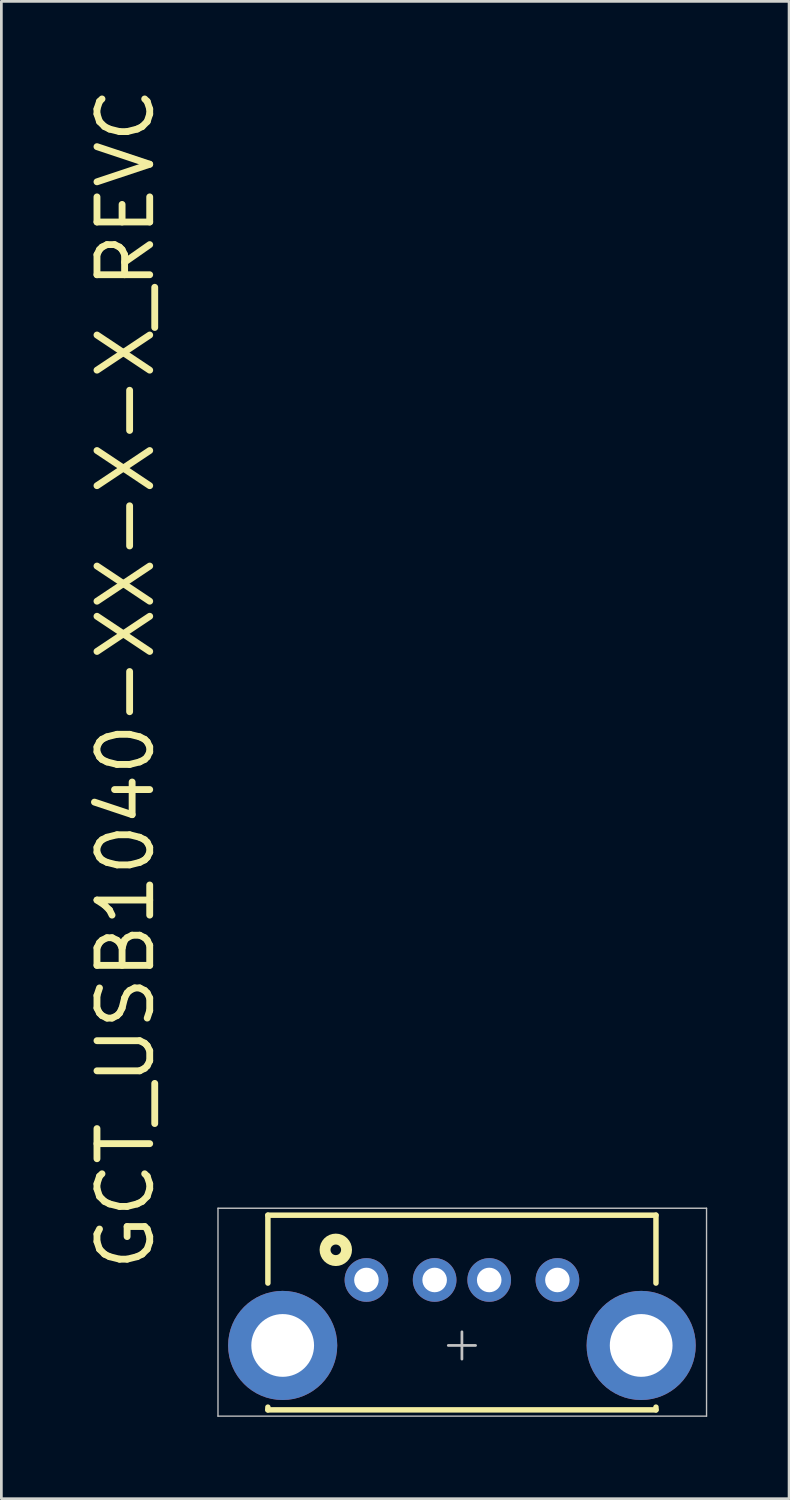
<source format=kicad_pcb>
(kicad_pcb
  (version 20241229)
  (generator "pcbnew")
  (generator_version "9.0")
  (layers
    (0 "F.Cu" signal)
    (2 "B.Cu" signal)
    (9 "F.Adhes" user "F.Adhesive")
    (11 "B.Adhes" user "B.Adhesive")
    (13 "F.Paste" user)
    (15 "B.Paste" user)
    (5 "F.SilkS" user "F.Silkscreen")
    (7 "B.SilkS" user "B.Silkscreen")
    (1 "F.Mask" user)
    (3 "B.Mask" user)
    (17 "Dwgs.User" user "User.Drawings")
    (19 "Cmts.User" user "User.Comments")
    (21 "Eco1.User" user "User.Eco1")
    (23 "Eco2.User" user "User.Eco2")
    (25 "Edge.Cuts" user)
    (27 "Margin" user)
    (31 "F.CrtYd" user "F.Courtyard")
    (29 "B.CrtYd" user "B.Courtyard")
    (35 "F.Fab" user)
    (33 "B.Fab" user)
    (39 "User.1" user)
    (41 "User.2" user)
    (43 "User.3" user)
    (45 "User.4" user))
  (footprint "GCT_USB1040-XX-X-X_REVC"
    (layer "F.Cu")
    (at 13.881 46.265)
    (property "Reference" "GCT_USB1040-XX-X-X_REVC" (at -11.194 -2.629 270) (layer "F.SilkS") (effects (font (size 1.933 1.933) (thickness 0.251)) (justify left bottom)))
    (attr through_hole)
    (fp_line (start -7.112 -4.775) (end 7.112 -4.775) (stroke (width 0.2) (type solid)) (layer "F.SilkS"))
    (fp_line (start -7.112 -2.286) (end -7.112 -4.775) (stroke (width 0.2) (type solid)) (layer "F.SilkS"))
    (fp_line (start -7.112 2.362) (end -7.112 2.261) (stroke (width 0.2) (type solid)) (layer "F.SilkS"))
    (fp_line (start -7.112 2.362) (end 7.112 2.362) (stroke (width 0.2) (type solid)) (layer "F.SilkS"))
    (fp_line (start 7.112 -2.286) (end 7.112 -4.775) (stroke (width 0.2) (type solid)) (layer "F.SilkS"))
    (fp_line (start 7.112 2.362) (end 7.112 2.261) (stroke (width 0.2) (type solid)) (layer "F.SilkS"))
    (fp_circle (center -4.623 -3.505) (end -4.429 -3.505) (stroke (width 0.4) (type solid)) (fill no) (layer "F.SilkS"))
    (fp_line (start -8.941 -5.029) (end 8.966 -5.029) (stroke (width 0.05) (type solid)) (layer "Dwgs.User"))
    (fp_line (start -8.941 2.591) (end -8.941 -5.029) (stroke (width 0.05) (type solid)) (layer "Dwgs.User"))
    (fp_line (start -8.941 2.591) (end 8.966 2.591) (stroke (width 0.05) (type solid)) (layer "Dwgs.User"))
    (fp_line (start -0.5 0) (end 0.5 0) (stroke (width 0.1) (type solid)) (layer "Dwgs.User"))
    (fp_line (start 0 0.5) (end 0 -0.5) (stroke (width 0.1) (type solid)) (layer "Dwgs.User"))
    (fp_line (start 8.966 2.591) (end 8.966 -5.029) (stroke (width 0.05) (type solid)) (layer "Dwgs.User"))
    (pad "1" thru_hole circle (at -3.5 -2.4) (size 1.6 1.6) (drill 0.9) (layers "*.Cu" "*.Mask"))
    (pad "2" thru_hole circle (at -1 -2.4) (size 1.6 1.6) (drill 0.9) (layers "*.Cu" "*.Mask"))
    (pad "3" thru_hole circle (at 1 -2.4) (size 1.6 1.6) (drill 0.9) (layers "*.Cu" "*.Mask"))
    (pad "4" thru_hole circle (at 3.5 -2.4) (size 1.6 1.6) (drill 0.9) (layers "*.Cu" "*.Mask"))
    (pad "5" thru_hole circle (at -6.57 0) (size 4 4) (drill 2.3) (layers "*.Cu" "*.Mask"))
    (pad "6" thru_hole circle (at 6.57 0) (size 4 4) (drill 2.3) (layers "*.Cu" "*.Mask")))
  (gr_rect
    (start -3 -3)
    (end 25.872 51.881)
    (stroke (width 0.1) (type default))
    (fill no)
    (layer "Edge.Cuts")))
</source>
